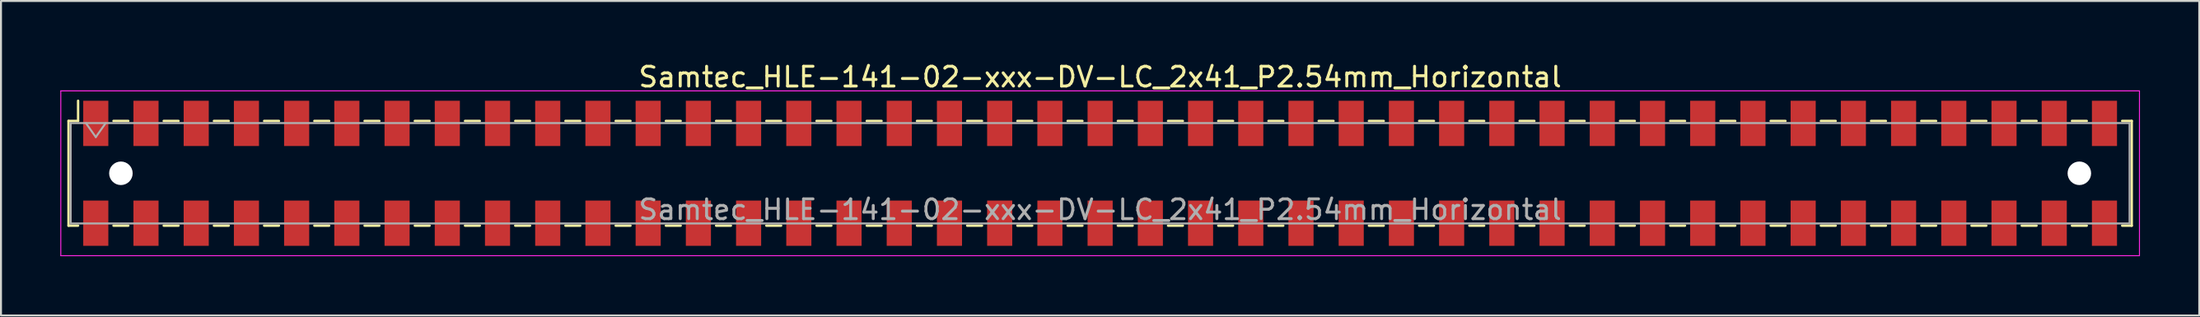
<source format=kicad_pcb>
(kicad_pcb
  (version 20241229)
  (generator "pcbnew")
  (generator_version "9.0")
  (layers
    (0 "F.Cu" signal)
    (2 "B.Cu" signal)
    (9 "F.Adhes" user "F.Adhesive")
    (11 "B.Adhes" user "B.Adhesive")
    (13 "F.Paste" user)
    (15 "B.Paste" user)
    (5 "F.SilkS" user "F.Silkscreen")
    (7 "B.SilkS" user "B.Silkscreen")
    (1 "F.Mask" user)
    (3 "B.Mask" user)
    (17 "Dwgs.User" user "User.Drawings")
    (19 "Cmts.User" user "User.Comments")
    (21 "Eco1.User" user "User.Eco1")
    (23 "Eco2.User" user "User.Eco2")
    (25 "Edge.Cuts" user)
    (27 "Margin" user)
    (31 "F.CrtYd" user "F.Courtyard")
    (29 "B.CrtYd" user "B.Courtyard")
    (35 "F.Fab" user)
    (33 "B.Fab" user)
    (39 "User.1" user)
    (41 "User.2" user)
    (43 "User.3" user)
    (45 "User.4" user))
  (footprint "Samtec_HLE-141-02-xxx-DV-LC_2x41_P2.54mm_Horizontal"
    (layer "F.Cu")
    (at 52.595 5.718)
    (property "Reference" "Samtec_HLE-141-02-xxx-DV-LC_2x41_P2.54mm_Horizontal" (at 0 -4.87 0) (layer "F.SilkS") (effects (font (size 1 1) (thickness 0.15))))
    (attr smd)
    (fp_line (start -52.18 -2.65) (end -52.18 2.65) (stroke (width 0.12) (type solid)) (layer "F.SilkS"))
    (fp_line (start -52.18 2.65) (end -51.695 2.65) (stroke (width 0.12) (type solid)) (layer "F.SilkS"))
    (fp_line (start -51.695 -3.67) (end -51.695 -2.65) (stroke (width 0.12) (type solid)) (layer "F.SilkS"))
    (fp_line (start -51.695 -2.65) (end -52.18 -2.65) (stroke (width 0.12) (type solid)) (layer "F.SilkS"))
    (fp_line (start -49.905 -2.65) (end -49.155 -2.65) (stroke (width 0.12) (type solid)) (layer "F.SilkS"))
    (fp_line (start -49.905 2.65) (end -49.155 2.65) (stroke (width 0.12) (type solid)) (layer "F.SilkS"))
    (fp_line (start -47.365 -2.65) (end -46.615 -2.65) (stroke (width 0.12) (type solid)) (layer "F.SilkS"))
    (fp_line (start -47.365 2.65) (end -46.615 2.65) (stroke (width 0.12) (type solid)) (layer "F.SilkS"))
    (fp_line (start -44.825 -2.65) (end -44.075 -2.65) (stroke (width 0.12) (type solid)) (layer "F.SilkS"))
    (fp_line (start -44.825 2.65) (end -44.075 2.65) (stroke (width 0.12) (type solid)) (layer "F.SilkS"))
    (fp_line (start -42.285 -2.65) (end -41.535 -2.65) (stroke (width 0.12) (type solid)) (layer "F.SilkS"))
    (fp_line (start -42.285 2.65) (end -41.535 2.65) (stroke (width 0.12) (type solid)) (layer "F.SilkS"))
    (fp_line (start -39.745 -2.65) (end -38.995 -2.65) (stroke (width 0.12) (type solid)) (layer "F.SilkS"))
    (fp_line (start -39.745 2.65) (end -38.995 2.65) (stroke (width 0.12) (type solid)) (layer "F.SilkS"))
    (fp_line (start -37.205 -2.65) (end -36.455 -2.65) (stroke (width 0.12) (type solid)) (layer "F.SilkS"))
    (fp_line (start -37.205 2.65) (end -36.455 2.65) (stroke (width 0.12) (type solid)) (layer "F.SilkS"))
    (fp_line (start -34.665 -2.65) (end -33.915 -2.65) (stroke (width 0.12) (type solid)) (layer "F.SilkS"))
    (fp_line (start -34.665 2.65) (end -33.915 2.65) (stroke (width 0.12) (type solid)) (layer "F.SilkS"))
    (fp_line (start -32.125 -2.65) (end -31.375 -2.65) (stroke (width 0.12) (type solid)) (layer "F.SilkS"))
    (fp_line (start -32.125 2.65) (end -31.375 2.65) (stroke (width 0.12) (type solid)) (layer "F.SilkS"))
    (fp_line (start -29.585 -2.65) (end -28.835 -2.65) (stroke (width 0.12) (type solid)) (layer "F.SilkS"))
    (fp_line (start -29.585 2.65) (end -28.835 2.65) (stroke (width 0.12) (type solid)) (layer "F.SilkS"))
    (fp_line (start -27.045 -2.65) (end -26.295 -2.65) (stroke (width 0.12) (type solid)) (layer "F.SilkS"))
    (fp_line (start -27.045 2.65) (end -26.295 2.65) (stroke (width 0.12) (type solid)) (layer "F.SilkS"))
    (fp_line (start -24.505 -2.65) (end -23.755 -2.65) (stroke (width 0.12) (type solid)) (layer "F.SilkS"))
    (fp_line (start -24.505 2.65) (end -23.755 2.65) (stroke (width 0.12) (type solid)) (layer "F.SilkS"))
    (fp_line (start -21.965 -2.65) (end -21.215 -2.65) (stroke (width 0.12) (type solid)) (layer "F.SilkS"))
    (fp_line (start -21.965 2.65) (end -21.215 2.65) (stroke (width 0.12) (type solid)) (layer "F.SilkS"))
    (fp_line (start -19.425 -2.65) (end -18.675 -2.65) (stroke (width 0.12) (type solid)) (layer "F.SilkS"))
    (fp_line (start -19.425 2.65) (end -18.675 2.65) (stroke (width 0.12) (type solid)) (layer "F.SilkS"))
    (fp_line (start -16.885 -2.65) (end -16.135 -2.65) (stroke (width 0.12) (type solid)) (layer "F.SilkS"))
    (fp_line (start -16.885 2.65) (end -16.135 2.65) (stroke (width 0.12) (type solid)) (layer "F.SilkS"))
    (fp_line (start -14.345 -2.65) (end -13.595 -2.65) (stroke (width 0.12) (type solid)) (layer "F.SilkS"))
    (fp_line (start -14.345 2.65) (end -13.595 2.65) (stroke (width 0.12) (type solid)) (layer "F.SilkS"))
    (fp_line (start -11.805 -2.65) (end -11.055 -2.65) (stroke (width 0.12) (type solid)) (layer "F.SilkS"))
    (fp_line (start -11.805 2.65) (end -11.055 2.65) (stroke (width 0.12) (type solid)) (layer "F.SilkS"))
    (fp_line (start -9.265 -2.65) (end -8.515 -2.65) (stroke (width 0.12) (type solid)) (layer "F.SilkS"))
    (fp_line (start -9.265 2.65) (end -8.515 2.65) (stroke (width 0.12) (type solid)) (layer "F.SilkS"))
    (fp_line (start -6.725 -2.65) (end -5.975 -2.65) (stroke (width 0.12) (type solid)) (layer "F.SilkS"))
    (fp_line (start -6.725 2.65) (end -5.975 2.65) (stroke (width 0.12) (type solid)) (layer "F.SilkS"))
    (fp_line (start -4.185 -2.65) (end -3.435 -2.65) (stroke (width 0.12) (type solid)) (layer "F.SilkS"))
    (fp_line (start -4.185 2.65) (end -3.435 2.65) (stroke (width 0.12) (type solid)) (layer "F.SilkS"))
    (fp_line (start -1.645 -2.65) (end -0.895 -2.65) (stroke (width 0.12) (type solid)) (layer "F.SilkS"))
    (fp_line (start -1.645 2.65) (end -0.895 2.65) (stroke (width 0.12) (type solid)) (layer "F.SilkS"))
    (fp_line (start 0.895 -2.65) (end 1.645 -2.65) (stroke (width 0.12) (type solid)) (layer "F.SilkS"))
    (fp_line (start 0.895 2.65) (end 1.645 2.65) (stroke (width 0.12) (type solid)) (layer "F.SilkS"))
    (fp_line (start 3.435 -2.65) (end 4.185 -2.65) (stroke (width 0.12) (type solid)) (layer "F.SilkS"))
    (fp_line (start 3.435 2.65) (end 4.185 2.65) (stroke (width 0.12) (type solid)) (layer "F.SilkS"))
    (fp_line (start 5.975 -2.65) (end 6.725 -2.65) (stroke (width 0.12) (type solid)) (layer "F.SilkS"))
    (fp_line (start 5.975 2.65) (end 6.725 2.65) (stroke (width 0.12) (type solid)) (layer "F.SilkS"))
    (fp_line (start 8.515 -2.65) (end 9.265 -2.65) (stroke (width 0.12) (type solid)) (layer "F.SilkS"))
    (fp_line (start 8.515 2.65) (end 9.265 2.65) (stroke (width 0.12) (type solid)) (layer "F.SilkS"))
    (fp_line (start 11.055 -2.65) (end 11.805 -2.65) (stroke (width 0.12) (type solid)) (layer "F.SilkS"))
    (fp_line (start 11.055 2.65) (end 11.805 2.65) (stroke (width 0.12) (type solid)) (layer "F.SilkS"))
    (fp_line (start 13.595 -2.65) (end 14.345 -2.65) (stroke (width 0.12) (type solid)) (layer "F.SilkS"))
    (fp_line (start 13.595 2.65) (end 14.345 2.65) (stroke (width 0.12) (type solid)) (layer "F.SilkS"))
    (fp_line (start 16.135 -2.65) (end 16.885 -2.65) (stroke (width 0.12) (type solid)) (layer "F.SilkS"))
    (fp_line (start 16.135 2.65) (end 16.885 2.65) (stroke (width 0.12) (type solid)) (layer "F.SilkS"))
    (fp_line (start 18.675 -2.65) (end 19.425 -2.65) (stroke (width 0.12) (type solid)) (layer "F.SilkS"))
    (fp_line (start 18.675 2.65) (end 19.425 2.65) (stroke (width 0.12) (type solid)) (layer "F.SilkS"))
    (fp_line (start 21.215 -2.65) (end 21.965 -2.65) (stroke (width 0.12) (type solid)) (layer "F.SilkS"))
    (fp_line (start 21.215 2.65) (end 21.965 2.65) (stroke (width 0.12) (type solid)) (layer "F.SilkS"))
    (fp_line (start 23.755 -2.65) (end 24.505 -2.65) (stroke (width 0.12) (type solid)) (layer "F.SilkS"))
    (fp_line (start 23.755 2.65) (end 24.505 2.65) (stroke (width 0.12) (type solid)) (layer "F.SilkS"))
    (fp_line (start 26.295 -2.65) (end 27.045 -2.65) (stroke (width 0.12) (type solid)) (layer "F.SilkS"))
    (fp_line (start 26.295 2.65) (end 27.045 2.65) (stroke (width 0.12) (type solid)) (layer "F.SilkS"))
    (fp_line (start 28.835 -2.65) (end 29.585 -2.65) (stroke (width 0.12) (type solid)) (layer "F.SilkS"))
    (fp_line (start 28.835 2.65) (end 29.585 2.65) (stroke (width 0.12) (type solid)) (layer "F.SilkS"))
    (fp_line (start 31.375 -2.65) (end 32.125 -2.65) (stroke (width 0.12) (type solid)) (layer "F.SilkS"))
    (fp_line (start 31.375 2.65) (end 32.125 2.65) (stroke (width 0.12) (type solid)) (layer "F.SilkS"))
    (fp_line (start 33.915 -2.65) (end 34.665 -2.65) (stroke (width 0.12) (type solid)) (layer "F.SilkS"))
    (fp_line (start 33.915 2.65) (end 34.665 2.65) (stroke (width 0.12) (type solid)) (layer "F.SilkS"))
    (fp_line (start 36.455 -2.65) (end 37.205 -2.65) (stroke (width 0.12) (type solid)) (layer "F.SilkS"))
    (fp_line (start 36.455 2.65) (end 37.205 2.65) (stroke (width 0.12) (type solid)) (layer "F.SilkS"))
    (fp_line (start 38.995 -2.65) (end 39.745 -2.65) (stroke (width 0.12) (type solid)) (layer "F.SilkS"))
    (fp_line (start 38.995 2.65) (end 39.745 2.65) (stroke (width 0.12) (type solid)) (layer "F.SilkS"))
    (fp_line (start 41.535 -2.65) (end 42.285 -2.65) (stroke (width 0.12) (type solid)) (layer "F.SilkS"))
    (fp_line (start 41.535 2.65) (end 42.285 2.65) (stroke (width 0.12) (type solid)) (layer "F.SilkS"))
    (fp_line (start 44.075 -2.65) (end 44.825 -2.65) (stroke (width 0.12) (type solid)) (layer "F.SilkS"))
    (fp_line (start 44.075 2.65) (end 44.825 2.65) (stroke (width 0.12) (type solid)) (layer "F.SilkS"))
    (fp_line (start 46.615 -2.65) (end 47.365 -2.65) (stroke (width 0.12) (type solid)) (layer "F.SilkS"))
    (fp_line (start 46.615 2.65) (end 47.365 2.65) (stroke (width 0.12) (type solid)) (layer "F.SilkS"))
    (fp_line (start 49.155 -2.65) (end 49.905 -2.65) (stroke (width 0.12) (type solid)) (layer "F.SilkS"))
    (fp_line (start 49.155 2.65) (end 49.905 2.65) (stroke (width 0.12) (type solid)) (layer "F.SilkS"))
    (fp_line (start 51.695 -2.65) (end 52.18 -2.65) (stroke (width 0.12) (type solid)) (layer "F.SilkS"))
    (fp_line (start 52.18 -2.65) (end 52.18 2.65) (stroke (width 0.12) (type solid)) (layer "F.SilkS"))
    (fp_line (start 52.18 2.65) (end 51.695 2.65) (stroke (width 0.12) (type solid)) (layer "F.SilkS"))
    (fp_line (start -52.57 -4.17) (end 52.57 -4.17) (stroke (width 0.05) (type solid)) (layer "F.CrtYd"))
    (fp_line (start -52.57 4.17) (end -52.57 -4.17) (stroke (width 0.05) (type solid)) (layer "F.CrtYd"))
    (fp_line (start 52.57 -4.17) (end 52.57 4.17) (stroke (width 0.05) (type solid)) (layer "F.CrtYd"))
    (fp_line (start 52.57 4.17) (end -52.57 4.17) (stroke (width 0.05) (type solid)) (layer "F.CrtYd"))
    (fp_line (start -52.07 -2.54) (end 52.07 -2.54) (stroke (width 0.1) (type solid)) (layer "F.Fab"))
    (fp_line (start -52.07 2.54) (end -52.07 -2.54) (stroke (width 0.1) (type solid)) (layer "F.Fab"))
    (fp_line (start -51.3 -2.54) (end -50.8 -1.833) (stroke (width 0.1) (type solid)) (layer "F.Fab"))
    (fp_line (start -50.8 -1.833) (end -50.3 -2.54) (stroke (width 0.1) (type solid)) (layer "F.Fab"))
    (fp_line (start 52.07 -2.54) (end 52.07 2.54) (stroke (width 0.1) (type solid)) (layer "F.Fab"))
    (fp_line (start 52.07 2.54) (end -52.07 2.54) (stroke (width 0.1) (type solid)) (layer "F.Fab"))
    (fp_text user "${REFERENCE}" (at 0 1.84 0) (layer "F.Fab") (effects (font (size 1 1) (thickness 0.15))))
    (pad "" np_thru_hole circle (at -49.53 0) (size 1.19 1.19) (drill 1.19) (layers "*.Cu" "*.Mask"))
    (pad "" np_thru_hole circle (at 49.53 0) (size 1.19 1.19) (drill 1.19) (layers "*.Cu" "*.Mask"))
    (pad "1" smd rect (at -50.8 -2.525) (size 1.27 2.29) (layers "F.Cu" "F.Mask" "F.Paste"))
    (pad "2" smd rect (at -50.8 2.525) (size 1.27 2.29) (layers "F.Cu" "F.Mask" "F.Paste"))
    (pad "3" smd rect (at -48.26 -2.525) (size 1.27 2.29) (layers "F.Cu" "F.Mask" "F.Paste"))
    (pad "4" smd rect (at -48.26 2.525) (size 1.27 2.29) (layers "F.Cu" "F.Mask" "F.Paste"))
    (pad "5" smd rect (at -45.72 -2.525) (size 1.27 2.29) (layers "F.Cu" "F.Mask" "F.Paste"))
    (pad "6" smd rect (at -45.72 2.525) (size 1.27 2.29) (layers "F.Cu" "F.Mask" "F.Paste"))
    (pad "7" smd rect (at -43.18 -2.525) (size 1.27 2.29) (layers "F.Cu" "F.Mask" "F.Paste"))
    (pad "8" smd rect (at -43.18 2.525) (size 1.27 2.29) (layers "F.Cu" "F.Mask" "F.Paste"))
    (pad "9" smd rect (at -40.64 -2.525) (size 1.27 2.29) (layers "F.Cu" "F.Mask" "F.Paste"))
    (pad "10" smd rect (at -40.64 2.525) (size 1.27 2.29) (layers "F.Cu" "F.Mask" "F.Paste"))
    (pad "11" smd rect (at -38.1 -2.525) (size 1.27 2.29) (layers "F.Cu" "F.Mask" "F.Paste"))
    (pad "12" smd rect (at -38.1 2.525) (size 1.27 2.29) (layers "F.Cu" "F.Mask" "F.Paste"))
    (pad "13" smd rect (at -35.56 -2.525) (size 1.27 2.29) (layers "F.Cu" "F.Mask" "F.Paste"))
    (pad "14" smd rect (at -35.56 2.525) (size 1.27 2.29) (layers "F.Cu" "F.Mask" "F.Paste"))
    (pad "15" smd rect (at -33.02 -2.525) (size 1.27 2.29) (layers "F.Cu" "F.Mask" "F.Paste"))
    (pad "16" smd rect (at -33.02 2.525) (size 1.27 2.29) (layers "F.Cu" "F.Mask" "F.Paste"))
    (pad "17" smd rect (at -30.48 -2.525) (size 1.27 2.29) (layers "F.Cu" "F.Mask" "F.Paste"))
    (pad "18" smd rect (at -30.48 2.525) (size 1.27 2.29) (layers "F.Cu" "F.Mask" "F.Paste"))
    (pad "19" smd rect (at -27.94 -2.525) (size 1.27 2.29) (layers "F.Cu" "F.Mask" "F.Paste"))
    (pad "20" smd rect (at -27.94 2.525) (size 1.27 2.29) (layers "F.Cu" "F.Mask" "F.Paste"))
    (pad "21" smd rect (at -25.4 -2.525) (size 1.27 2.29) (layers "F.Cu" "F.Mask" "F.Paste"))
    (pad "22" smd rect (at -25.4 2.525) (size 1.27 2.29) (layers "F.Cu" "F.Mask" "F.Paste"))
    (pad "23" smd rect (at -22.86 -2.525) (size 1.27 2.29) (layers "F.Cu" "F.Mask" "F.Paste"))
    (pad "24" smd rect (at -22.86 2.525) (size 1.27 2.29) (layers "F.Cu" "F.Mask" "F.Paste"))
    (pad "25" smd rect (at -20.32 -2.525) (size 1.27 2.29) (layers "F.Cu" "F.Mask" "F.Paste"))
    (pad "26" smd rect (at -20.32 2.525) (size 1.27 2.29) (layers "F.Cu" "F.Mask" "F.Paste"))
    (pad "27" smd rect (at -17.78 -2.525) (size 1.27 2.29) (layers "F.Cu" "F.Mask" "F.Paste"))
    (pad "28" smd rect (at -17.78 2.525) (size 1.27 2.29) (layers "F.Cu" "F.Mask" "F.Paste"))
    (pad "29" smd rect (at -15.24 -2.525) (size 1.27 2.29) (layers "F.Cu" "F.Mask" "F.Paste"))
    (pad "30" smd rect (at -15.24 2.525) (size 1.27 2.29) (layers "F.Cu" "F.Mask" "F.Paste"))
    (pad "31" smd rect (at -12.7 -2.525) (size 1.27 2.29) (layers "F.Cu" "F.Mask" "F.Paste"))
    (pad "32" smd rect (at -12.7 2.525) (size 1.27 2.29) (layers "F.Cu" "F.Mask" "F.Paste"))
    (pad "33" smd rect (at -10.16 -2.525) (size 1.27 2.29) (layers "F.Cu" "F.Mask" "F.Paste"))
    (pad "34" smd rect (at -10.16 2.525) (size 1.27 2.29) (layers "F.Cu" "F.Mask" "F.Paste"))
    (pad "35" smd rect (at -7.62 -2.525) (size 1.27 2.29) (layers "F.Cu" "F.Mask" "F.Paste"))
    (pad "36" smd rect (at -7.62 2.525) (size 1.27 2.29) (layers "F.Cu" "F.Mask" "F.Paste"))
    (pad "37" smd rect (at -5.08 -2.525) (size 1.27 2.29) (layers "F.Cu" "F.Mask" "F.Paste"))
    (pad "38" smd rect (at -5.08 2.525) (size 1.27 2.29) (layers "F.Cu" "F.Mask" "F.Paste"))
    (pad "39" smd rect (at -2.54 -2.525) (size 1.27 2.29) (layers "F.Cu" "F.Mask" "F.Paste"))
    (pad "40" smd rect (at -2.54 2.525) (size 1.27 2.29) (layers "F.Cu" "F.Mask" "F.Paste"))
    (pad "41" smd rect (at 0 -2.525) (size 1.27 2.29) (layers "F.Cu" "F.Mask" "F.Paste"))
    (pad "42" smd rect (at 0 2.525) (size 1.27 2.29) (layers "F.Cu" "F.Mask" "F.Paste"))
    (pad "43" smd rect (at 2.54 -2.525) (size 1.27 2.29) (layers "F.Cu" "F.Mask" "F.Paste"))
    (pad "44" smd rect (at 2.54 2.525) (size 1.27 2.29) (layers "F.Cu" "F.Mask" "F.Paste"))
    (pad "45" smd rect (at 5.08 -2.525) (size 1.27 2.29) (layers "F.Cu" "F.Mask" "F.Paste"))
    (pad "46" smd rect (at 5.08 2.525) (size 1.27 2.29) (layers "F.Cu" "F.Mask" "F.Paste"))
    (pad "47" smd rect (at 7.62 -2.525) (size 1.27 2.29) (layers "F.Cu" "F.Mask" "F.Paste"))
    (pad "48" smd rect (at 7.62 2.525) (size 1.27 2.29) (layers "F.Cu" "F.Mask" "F.Paste"))
    (pad "49" smd rect (at 10.16 -2.525) (size 1.27 2.29) (layers "F.Cu" "F.Mask" "F.Paste"))
    (pad "50" smd rect (at 10.16 2.525) (size 1.27 2.29) (layers "F.Cu" "F.Mask" "F.Paste"))
    (pad "51" smd rect (at 12.7 -2.525) (size 1.27 2.29) (layers "F.Cu" "F.Mask" "F.Paste"))
    (pad "52" smd rect (at 12.7 2.525) (size 1.27 2.29) (layers "F.Cu" "F.Mask" "F.Paste"))
    (pad "53" smd rect (at 15.24 -2.525) (size 1.27 2.29) (layers "F.Cu" "F.Mask" "F.Paste"))
    (pad "54" smd rect (at 15.24 2.525) (size 1.27 2.29) (layers "F.Cu" "F.Mask" "F.Paste"))
    (pad "55" smd rect (at 17.78 -2.525) (size 1.27 2.29) (layers "F.Cu" "F.Mask" "F.Paste"))
    (pad "56" smd rect (at 17.78 2.525) (size 1.27 2.29) (layers "F.Cu" "F.Mask" "F.Paste"))
    (pad "57" smd rect (at 20.32 -2.525) (size 1.27 2.29) (layers "F.Cu" "F.Mask" "F.Paste"))
    (pad "58" smd rect (at 20.32 2.525) (size 1.27 2.29) (layers "F.Cu" "F.Mask" "F.Paste"))
    (pad "59" smd rect (at 22.86 -2.525) (size 1.27 2.29) (layers "F.Cu" "F.Mask" "F.Paste"))
    (pad "60" smd rect (at 22.86 2.525) (size 1.27 2.29) (layers "F.Cu" "F.Mask" "F.Paste"))
    (pad "61" smd rect (at 25.4 -2.525) (size 1.27 2.29) (layers "F.Cu" "F.Mask" "F.Paste"))
    (pad "62" smd rect (at 25.4 2.525) (size 1.27 2.29) (layers "F.Cu" "F.Mask" "F.Paste"))
    (pad "63" smd rect (at 27.94 -2.525) (size 1.27 2.29) (layers "F.Cu" "F.Mask" "F.Paste"))
    (pad "64" smd rect (at 27.94 2.525) (size 1.27 2.29) (layers "F.Cu" "F.Mask" "F.Paste"))
    (pad "65" smd rect (at 30.48 -2.525) (size 1.27 2.29) (layers "F.Cu" "F.Mask" "F.Paste"))
    (pad "66" smd rect (at 30.48 2.525) (size 1.27 2.29) (layers "F.Cu" "F.Mask" "F.Paste"))
    (pad "67" smd rect (at 33.02 -2.525) (size 1.27 2.29) (layers "F.Cu" "F.Mask" "F.Paste"))
    (pad "68" smd rect (at 33.02 2.525) (size 1.27 2.29) (layers "F.Cu" "F.Mask" "F.Paste"))
    (pad "69" smd rect (at 35.56 -2.525) (size 1.27 2.29) (layers "F.Cu" "F.Mask" "F.Paste"))
    (pad "70" smd rect (at 35.56 2.525) (size 1.27 2.29) (layers "F.Cu" "F.Mask" "F.Paste"))
    (pad "71" smd rect (at 38.1 -2.525) (size 1.27 2.29) (layers "F.Cu" "F.Mask" "F.Paste"))
    (pad "72" smd rect (at 38.1 2.525) (size 1.27 2.29) (layers "F.Cu" "F.Mask" "F.Paste"))
    (pad "73" smd rect (at 40.64 -2.525) (size 1.27 2.29) (layers "F.Cu" "F.Mask" "F.Paste"))
    (pad "74" smd rect (at 40.64 2.525) (size 1.27 2.29) (layers "F.Cu" "F.Mask" "F.Paste"))
    (pad "75" smd rect (at 43.18 -2.525) (size 1.27 2.29) (layers "F.Cu" "F.Mask" "F.Paste"))
    (pad "76" smd rect (at 43.18 2.525) (size 1.27 2.29) (layers "F.Cu" "F.Mask" "F.Paste"))
    (pad "77" smd rect (at 45.72 -2.525) (size 1.27 2.29) (layers "F.Cu" "F.Mask" "F.Paste"))
    (pad "78" smd rect (at 45.72 2.525) (size 1.27 2.29) (layers "F.Cu" "F.Mask" "F.Paste"))
    (pad "79" smd rect (at 48.26 -2.525) (size 1.27 2.29) (layers "F.Cu" "F.Mask" "F.Paste"))
    (pad "80" smd rect (at 48.26 2.525) (size 1.27 2.29) (layers "F.Cu" "F.Mask" "F.Paste"))
    (pad "81" smd rect (at 50.8 -2.525) (size 1.27 2.29) (layers "F.Cu" "F.Mask" "F.Paste"))
    (pad "82" smd rect (at 50.8 2.525) (size 1.27 2.29) (layers "F.Cu" "F.Mask" "F.Paste")))
  (gr_rect
    (start -3 -3)
    (end 108.19 12.913)
    (stroke (width 0.1) (type default))
    (fill no)
    (layer "Edge.Cuts")))
</source>
